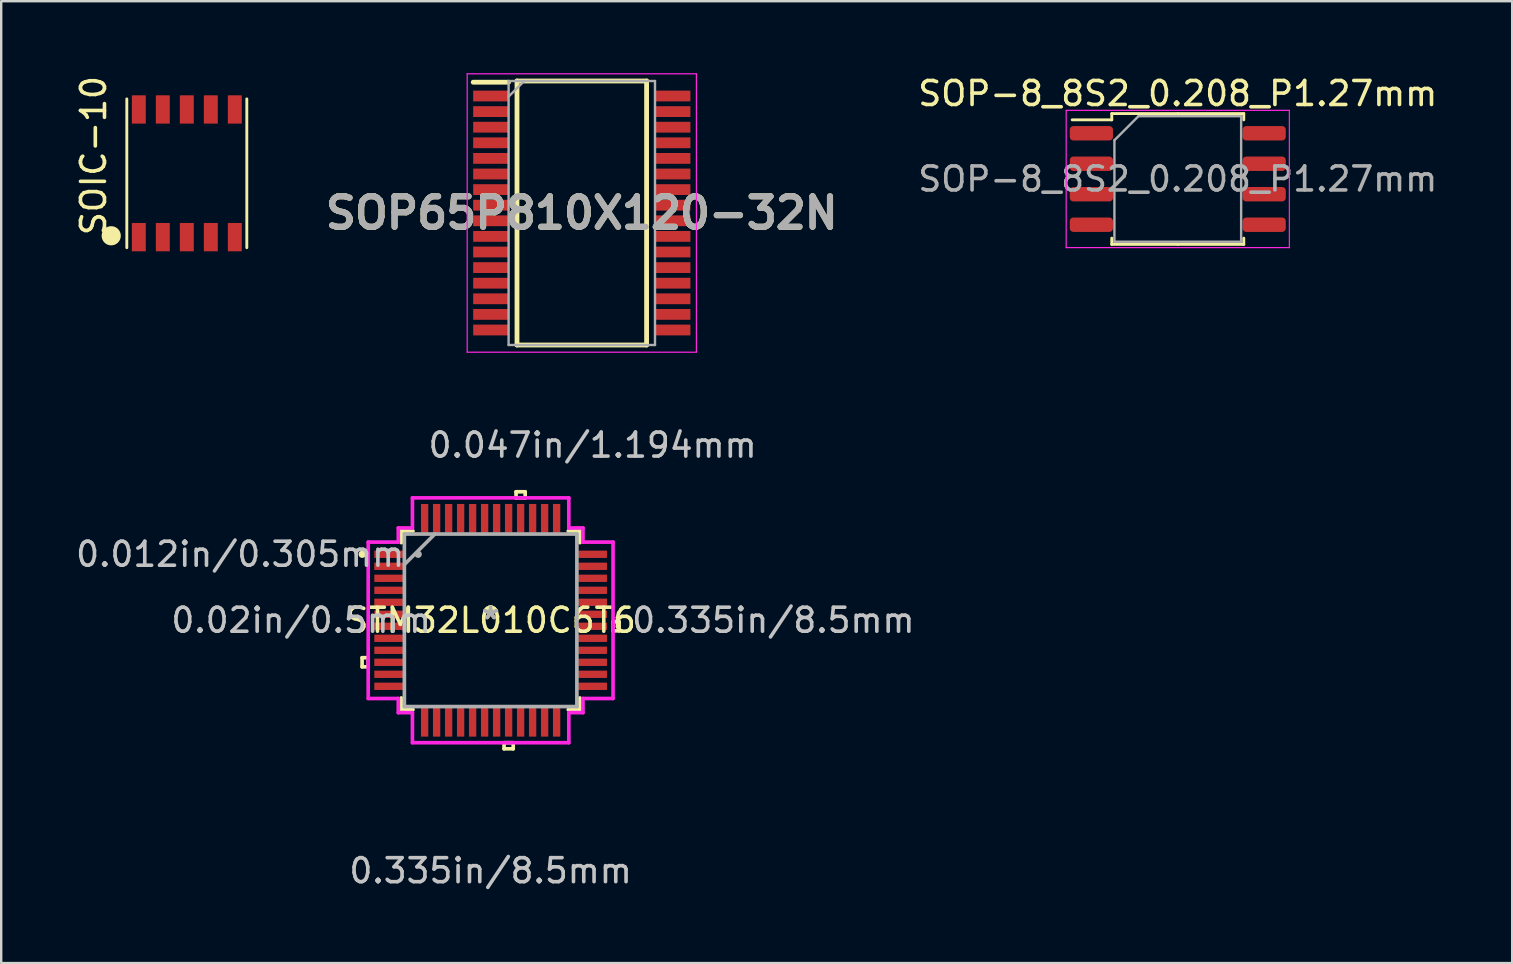
<source format=kicad_pcb>
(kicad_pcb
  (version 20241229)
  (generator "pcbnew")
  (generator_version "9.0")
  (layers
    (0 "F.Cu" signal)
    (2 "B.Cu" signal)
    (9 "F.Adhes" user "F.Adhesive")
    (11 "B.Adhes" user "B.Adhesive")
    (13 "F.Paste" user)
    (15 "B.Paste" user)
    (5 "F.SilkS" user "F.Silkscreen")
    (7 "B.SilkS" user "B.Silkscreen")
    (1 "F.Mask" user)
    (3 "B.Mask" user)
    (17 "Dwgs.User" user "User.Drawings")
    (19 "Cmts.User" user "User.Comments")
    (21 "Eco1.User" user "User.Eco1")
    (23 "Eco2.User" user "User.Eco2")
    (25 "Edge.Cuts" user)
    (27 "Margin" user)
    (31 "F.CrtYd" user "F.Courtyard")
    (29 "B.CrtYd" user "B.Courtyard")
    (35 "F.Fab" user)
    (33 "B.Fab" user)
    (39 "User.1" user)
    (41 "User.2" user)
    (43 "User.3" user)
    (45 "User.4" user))
  (footprint "SOP65P810X120-32N"
    (layer "F.Cu")
    (at 21.192 5.825)
    (property "Reference" "SOP65P810X120-32N" (at 0 0 0) (layer "F.SilkS") (effects (font (size 1.27 1.27) (thickness 0.254))))
    (attr smd)
    (fp_line (start -4.525 -5.45) (end -3.05 -5.45) (stroke (width 0.2) (type solid)) (layer "F.SilkS"))
    (fp_line (start -2.7 -5.5) (end 2.7 -5.5) (stroke (width 0.2) (type solid)) (layer "F.SilkS"))
    (fp_line (start -2.7 5.5) (end -2.7 -5.5) (stroke (width 0.2) (type solid)) (layer "F.SilkS"))
    (fp_line (start 2.7 -5.5) (end 2.7 5.5) (stroke (width 0.2) (type solid)) (layer "F.SilkS"))
    (fp_line (start 2.7 5.5) (end -2.7 5.5) (stroke (width 0.2) (type solid)) (layer "F.SilkS"))
    (fp_line (start -4.775 -5.8) (end 4.775 -5.8) (stroke (width 0.05) (type solid)) (layer "F.CrtYd"))
    (fp_line (start -4.775 5.8) (end -4.775 -5.8) (stroke (width 0.05) (type solid)) (layer "F.CrtYd"))
    (fp_line (start 4.775 -5.8) (end 4.775 5.8) (stroke (width 0.05) (type solid)) (layer "F.CrtYd"))
    (fp_line (start 4.775 5.8) (end -4.775 5.8) (stroke (width 0.05) (type solid)) (layer "F.CrtYd"))
    (fp_line (start -3.05 -5.5) (end 3.05 -5.5) (stroke (width 0.1) (type solid)) (layer "F.Fab"))
    (fp_line (start -3.05 -4.85) (end -2.4 -5.5) (stroke (width 0.1) (type solid)) (layer "F.Fab"))
    (fp_line (start -3.05 5.5) (end -3.05 -5.5) (stroke (width 0.1) (type solid)) (layer "F.Fab"))
    (fp_line (start 3.05 -5.5) (end 3.05 5.5) (stroke (width 0.1) (type solid)) (layer "F.Fab"))
    (fp_line (start 3.05 5.5) (end -3.05 5.5) (stroke (width 0.1) (type solid)) (layer "F.Fab"))
    (fp_text user "${REFERENCE}" (at 0 0 0) (layer "F.Fab") (effects (font (size 1.27 1.27) (thickness 0.254))))
    (pad "1" smd rect (at -3.788 -4.875 90) (size 0.45 1.475) (layers "F.Cu" "F.Mask" "F.Paste"))
    (pad "2" smd rect (at -3.788 -4.225 90) (size 0.45 1.475) (layers "F.Cu" "F.Mask" "F.Paste"))
    (pad "3" smd rect (at -3.788 -3.575 90) (size 0.45 1.475) (layers "F.Cu" "F.Mask" "F.Paste"))
    (pad "4" smd rect (at -3.788 -2.925 90) (size 0.45 1.475) (layers "F.Cu" "F.Mask" "F.Paste"))
    (pad "5" smd rect (at -3.788 -2.275 90) (size 0.45 1.475) (layers "F.Cu" "F.Mask" "F.Paste"))
    (pad "6" smd rect (at -3.788 -1.625 90) (size 0.45 1.475) (layers "F.Cu" "F.Mask" "F.Paste"))
    (pad "7" smd rect (at -3.788 -0.975 90) (size 0.45 1.475) (layers "F.Cu" "F.Mask" "F.Paste"))
    (pad "8" smd rect (at -3.788 -0.325 90) (size 0.45 1.475) (layers "F.Cu" "F.Mask" "F.Paste"))
    (pad "9" smd rect (at -3.788 0.325 90) (size 0.45 1.475) (layers "F.Cu" "F.Mask" "F.Paste"))
    (pad "10" smd rect (at -3.788 0.975 90) (size 0.45 1.475) (layers "F.Cu" "F.Mask" "F.Paste"))
    (pad "11" smd rect (at -3.788 1.625 90) (size 0.45 1.475) (layers "F.Cu" "F.Mask" "F.Paste"))
    (pad "12" smd rect (at -3.788 2.275 90) (size 0.45 1.475) (layers "F.Cu" "F.Mask" "F.Paste"))
    (pad "13" smd rect (at -3.788 2.925 90) (size 0.45 1.475) (layers "F.Cu" "F.Mask" "F.Paste"))
    (pad "14" smd rect (at -3.788 3.575 90) (size 0.45 1.475) (layers "F.Cu" "F.Mask" "F.Paste"))
    (pad "15" smd rect (at -3.788 4.225 90) (size 0.45 1.475) (layers "F.Cu" "F.Mask" "F.Paste"))
    (pad "16" smd rect (at -3.788 4.875 90) (size 0.45 1.475) (layers "F.Cu" "F.Mask" "F.Paste"))
    (pad "17" smd rect (at 3.788 4.875 90) (size 0.45 1.475) (layers "F.Cu" "F.Mask" "F.Paste"))
    (pad "18" smd rect (at 3.788 4.225 90) (size 0.45 1.475) (layers "F.Cu" "F.Mask" "F.Paste"))
    (pad "19" smd rect (at 3.788 3.575 90) (size 0.45 1.475) (layers "F.Cu" "F.Mask" "F.Paste"))
    (pad "20" smd rect (at 3.788 2.925 90) (size 0.45 1.475) (layers "F.Cu" "F.Mask" "F.Paste"))
    (pad "21" smd rect (at 3.788 2.275 90) (size 0.45 1.475) (layers "F.Cu" "F.Mask" "F.Paste"))
    (pad "22" smd rect (at 3.788 1.625 90) (size 0.45 1.475) (layers "F.Cu" "F.Mask" "F.Paste"))
    (pad "23" smd rect (at 3.788 0.975 90) (size 0.45 1.475) (layers "F.Cu" "F.Mask" "F.Paste"))
    (pad "24" smd rect (at 3.788 0.325 90) (size 0.45 1.475) (layers "F.Cu" "F.Mask" "F.Paste"))
    (pad "25" smd rect (at 3.788 -0.325 90) (size 0.45 1.475) (layers "F.Cu" "F.Mask" "F.Paste"))
    (pad "26" smd rect (at 3.788 -0.975 90) (size 0.45 1.475) (layers "F.Cu" "F.Mask" "F.Paste"))
    (pad "27" smd rect (at 3.788 -1.625 90) (size 0.45 1.475) (layers "F.Cu" "F.Mask" "F.Paste"))
    (pad "28" smd rect (at 3.788 -2.275 90) (size 0.45 1.475) (layers "F.Cu" "F.Mask" "F.Paste"))
    (pad "29" smd rect (at 3.788 -2.925 90) (size 0.45 1.475) (layers "F.Cu" "F.Mask" "F.Paste"))
    (pad "30" smd rect (at 3.788 -3.575 90) (size 0.45 1.475) (layers "F.Cu" "F.Mask" "F.Paste"))
    (pad "31" smd rect (at 3.788 -4.225 90) (size 0.45 1.475) (layers "F.Cu" "F.Mask" "F.Paste"))
    (pad "32" smd rect (at 3.788 -4.875 90) (size 0.45 1.475) (layers "F.Cu" "F.Mask" "F.Paste")))
  (footprint "SOIC-10"
    (layer "F.Cu")
    (at 4.734 4.171)
    (property "Reference" "SOIC-10" (at -3.886 -0.737 90) (layer "F.SilkS") (effects (font (size 1 1) (thickness 0.15))))
    (attr through_hole)
    (fp_line (start -2.5 3.1) (end -2.5 -3.1) (stroke (width 0.12) (type solid)) (layer "F.SilkS"))
    (fp_line (start 2.5 3.1) (end 2.5 -3.1) (stroke (width 0.12) (type solid)) (layer "F.SilkS"))
    (fp_circle (center -3.15 2.603) (end -2.95 2.603) (stroke (width 0.4) (type solid)) (fill no) (layer "F.SilkS"))
    (pad "1" smd rect (at -2 2.66) (size 0.58 1.18) (layers "F.Cu" "F.Mask" "F.Paste"))
    (pad "2" smd rect (at -1 2.66) (size 0.58 1.18) (layers "F.Cu" "F.Mask" "F.Paste"))
    (pad "3" smd rect (at 0 2.66) (size 0.58 1.18) (layers "F.Cu" "F.Mask" "F.Paste"))
    (pad "4" smd rect (at 1 2.66) (size 0.58 1.18) (layers "F.Cu" "F.Mask" "F.Paste"))
    (pad "5" smd rect (at 2 2.66) (size 0.58 1.18) (layers "F.Cu" "F.Mask" "F.Paste"))
    (pad "6" smd rect (at 2 -2.66) (size 0.58 1.18) (layers "F.Cu" "F.Mask" "F.Paste"))
    (pad "7" smd rect (at 1 -2.66) (size 0.58 1.18) (layers "F.Cu" "F.Mask" "F.Paste"))
    (pad "8" smd rect (at 0 -2.66) (size 0.58 1.18) (layers "F.Cu" "F.Mask" "F.Paste"))
    (pad "9" smd rect (at -1 -2.66) (size 0.58 1.18) (layers "F.Cu" "F.Mask" "F.Paste"))
    (pad "10" smd rect (at -2 -2.66) (size 0.58 1.18) (layers "F.Cu" "F.Mask" "F.Paste")))
  (footprint "STM32L010C6T6"
    (layer "F.Cu")
    (at 17.393 22.796)
    (property "Reference" "STM32L010C6T6" (at 0 0 0) (layer "F.SilkS") (effects (font (size 1 1) (thickness 0.15))))
    (attr through_hole)
    (fp_line (start -5.355 1.559) (end -5.355 1.94) (stroke (width 0.152) (type solid)) (layer "F.SilkS"))
    (fp_line (start -5.355 1.94) (end -5.101 1.94) (stroke (width 0.152) (type solid)) (layer "F.SilkS"))
    (fp_line (start -5.101 1.559) (end -5.355 1.559) (stroke (width 0.152) (type solid)) (layer "F.SilkS"))
    (fp_line (start -5.101 1.94) (end -5.101 1.559) (stroke (width 0.152) (type solid)) (layer "F.SilkS"))
    (fp_line (start -3.721 -3.721) (end -3.721 -3.235) (stroke (width 0.152) (type solid)) (layer "F.SilkS"))
    (fp_line (start -3.721 3.235) (end -3.721 3.721) (stroke (width 0.152) (type solid)) (layer "F.SilkS"))
    (fp_line (start -3.721 3.721) (end -3.235 3.721) (stroke (width 0.152) (type solid)) (layer "F.SilkS"))
    (fp_line (start -3.235 -3.721) (end -3.721 -3.721) (stroke (width 0.152) (type solid)) (layer "F.SilkS"))
    (fp_line (start 0.56 5.101) (end 0.56 5.355) (stroke (width 0.152) (type solid)) (layer "F.SilkS"))
    (fp_line (start 0.56 5.355) (end 0.941 5.355) (stroke (width 0.152) (type solid)) (layer "F.SilkS"))
    (fp_line (start 0.941 5.101) (end 0.56 5.101) (stroke (width 0.152) (type solid)) (layer "F.SilkS"))
    (fp_line (start 0.941 5.355) (end 0.941 5.101) (stroke (width 0.152) (type solid)) (layer "F.SilkS"))
    (fp_line (start 1.06 -5.355) (end 1.44 -5.355) (stroke (width 0.152) (type solid)) (layer "F.SilkS"))
    (fp_line (start 1.06 -5.101) (end 1.06 -5.355) (stroke (width 0.152) (type solid)) (layer "F.SilkS"))
    (fp_line (start 1.44 -5.355) (end 1.44 -5.101) (stroke (width 0.152) (type solid)) (layer "F.SilkS"))
    (fp_line (start 1.44 -5.101) (end 1.06 -5.101) (stroke (width 0.152) (type solid)) (layer "F.SilkS"))
    (fp_line (start 3.235 3.721) (end 3.721 3.721) (stroke (width 0.152) (type solid)) (layer "F.SilkS"))
    (fp_line (start 3.721 -3.721) (end 3.235 -3.721) (stroke (width 0.152) (type solid)) (layer "F.SilkS"))
    (fp_line (start 3.721 -3.235) (end 3.721 -3.721) (stroke (width 0.152) (type solid)) (layer "F.SilkS"))
    (fp_line (start 3.721 3.721) (end 3.721 3.235) (stroke (width 0.152) (type solid)) (layer "F.SilkS"))
    (fp_line (start 5.101 0.059) (end 5.355 0.059) (stroke (width 0.152) (type solid)) (layer "F.SilkS"))
    (fp_line (start 5.101 0.441) (end 5.101 0.059) (stroke (width 0.152) (type solid)) (layer "F.SilkS"))
    (fp_line (start 5.355 0.059) (end 5.355 0.441) (stroke (width 0.152) (type solid)) (layer "F.SilkS"))
    (fp_line (start 5.355 0.441) (end 5.101 0.441) (stroke (width 0.152) (type solid)) (layer "F.SilkS"))
    (fp_circle (center -5.351 -2.75) (end -5.275 -2.75) (stroke (width 0.152) (type solid)) (fill no) (layer "F.SilkS"))
    (fp_line (start -5.101 -3.258) (end -3.848 -3.258) (stroke (width 0.152) (type solid)) (layer "F.CrtYd"))
    (fp_line (start -5.101 3.258) (end -5.101 -3.258) (stroke (width 0.152) (type solid)) (layer "F.CrtYd"))
    (fp_line (start -3.848 -3.848) (end -3.258 -3.848) (stroke (width 0.152) (type solid)) (layer "F.CrtYd"))
    (fp_line (start -3.848 -3.258) (end -3.848 -3.848) (stroke (width 0.152) (type solid)) (layer "F.CrtYd"))
    (fp_line (start -3.848 3.258) (end -5.101 3.258) (stroke (width 0.152) (type solid)) (layer "F.CrtYd"))
    (fp_line (start -3.848 3.848) (end -3.848 3.258) (stroke (width 0.152) (type solid)) (layer "F.CrtYd"))
    (fp_line (start -3.258 -5.101) (end 3.258 -5.101) (stroke (width 0.152) (type solid)) (layer "F.CrtYd"))
    (fp_line (start -3.258 -3.848) (end -3.258 -5.101) (stroke (width 0.152) (type solid)) (layer "F.CrtYd"))
    (fp_line (start -3.258 3.848) (end -3.848 3.848) (stroke (width 0.152) (type solid)) (layer "F.CrtYd"))
    (fp_line (start -3.258 5.101) (end -3.258 3.848) (stroke (width 0.152) (type solid)) (layer "F.CrtYd"))
    (fp_line (start 3.258 -5.101) (end 3.258 -3.848) (stroke (width 0.152) (type solid)) (layer "F.CrtYd"))
    (fp_line (start 3.258 -3.848) (end 3.848 -3.848) (stroke (width 0.152) (type solid)) (layer "F.CrtYd"))
    (fp_line (start 3.258 3.848) (end 3.258 5.101) (stroke (width 0.152) (type solid)) (layer "F.CrtYd"))
    (fp_line (start 3.258 5.101) (end -3.258 5.101) (stroke (width 0.152) (type solid)) (layer "F.CrtYd"))
    (fp_line (start 3.848 -3.848) (end 3.848 -3.258) (stroke (width 0.152) (type solid)) (layer "F.CrtYd"))
    (fp_line (start 3.848 -3.258) (end 5.101 -3.258) (stroke (width 0.152) (type solid)) (layer "F.CrtYd"))
    (fp_line (start 3.848 3.258) (end 3.848 3.848) (stroke (width 0.152) (type solid)) (layer "F.CrtYd"))
    (fp_line (start 3.848 3.848) (end 3.258 3.848) (stroke (width 0.152) (type solid)) (layer "F.CrtYd"))
    (fp_line (start 5.101 -3.258) (end 5.101 3.258) (stroke (width 0.152) (type solid)) (layer "F.CrtYd"))
    (fp_line (start 5.101 3.258) (end 3.848 3.258) (stroke (width 0.152) (type solid)) (layer "F.CrtYd"))
    (fp_line (start -3.594 -3.594) (end -3.594 3.594) (stroke (width 0.152) (type solid)) (layer "F.Fab"))
    (fp_line (start -3.594 -2.324) (end -2.324 -3.594) (stroke (width 0.152) (type solid)) (layer "F.Fab"))
    (fp_line (start -3.594 3.594) (end 3.594 3.594) (stroke (width 0.152) (type solid)) (layer "F.Fab"))
    (fp_line (start 3.594 -3.594) (end -3.594 -3.594) (stroke (width 0.152) (type solid)) (layer "F.Fab"))
    (fp_line (start 3.594 3.594) (end 3.594 -3.594) (stroke (width 0.152) (type solid)) (layer "F.Fab"))
    (fp_circle (center -3.018 -2.75) (end -2.942 -2.75) (stroke (width 0.152) (type solid)) (fill no) (layer "F.Fab"))
    (fp_text user "*" (at 0 0 0) (layer "F.SilkS") (effects (font (size 1 1) (thickness 0.15))))
    (fp_text user "0.047in/1.194mm" (at 4.25 -7.298 0) (layer "Dwgs.User") (effects (font (size 1 1) (thickness 0.15))))
    (fp_text user "0.335in/8.5mm" (at 11.781 0 0) (layer "Dwgs.User") (effects (font (size 1 1) (thickness 0.15))))
    (fp_text user "0.335in/8.5mm" (at 0 10.435 0) (layer "Dwgs.User") (effects (font (size 1 1) (thickness 0.15))))
    (fp_text user "0.012in/0.305mm" (at -10.435 -2.75 0) (layer "Dwgs.User") (effects (font (size 1 1) (thickness 0.15))))
    (fp_text user "0.02in/0.5mm" (at -7.895 0 0) (layer "Dwgs.User") (effects (font (size 1 1) (thickness 0.15))))
    (fp_text user "Copyright 2016 Accelerated Designs. All rights reserved." (at 0 0 0) (layer "Cmts.User") (effects (font (size 0.127 0.127) (thickness 0.002))))
    (fp_text user "*" (at 0 0 0) (layer "F.Fab") (effects (font (size 1 1) (thickness 0.15))))
    (pad "1" smd rect (at -4.25 -2.75) (size 1.194 0.305) (layers "F.Cu" "F.Mask" "F.Paste"))
    (pad "2" smd rect (at -4.25 -2.25) (size 1.194 0.305) (layers "F.Cu" "F.Mask" "F.Paste"))
    (pad "3" smd rect (at -4.25 -1.75) (size 1.194 0.305) (layers "F.Cu" "F.Mask" "F.Paste"))
    (pad "4" smd rect (at -4.25 -1.25) (size 1.194 0.305) (layers "F.Cu" "F.Mask" "F.Paste"))
    (pad "5" smd rect (at -4.25 -0.75) (size 1.194 0.305) (layers "F.Cu" "F.Mask" "F.Paste"))
    (pad "6" smd rect (at -4.25 -0.25) (size 1.194 0.305) (layers "F.Cu" "F.Mask" "F.Paste"))
    (pad "7" smd rect (at -4.25 0.25) (size 1.194 0.305) (layers "F.Cu" "F.Mask" "F.Paste"))
    (pad "8" smd rect (at -4.25 0.75) (size 1.194 0.305) (layers "F.Cu" "F.Mask" "F.Paste"))
    (pad "9" smd rect (at -4.25 1.25) (size 1.194 0.305) (layers "F.Cu" "F.Mask" "F.Paste"))
    (pad "10" smd rect (at -4.25 1.75) (size 1.194 0.305) (layers "F.Cu" "F.Mask" "F.Paste"))
    (pad "11" smd rect (at -4.25 2.25) (size 1.194 0.305) (layers "F.Cu" "F.Mask" "F.Paste"))
    (pad "12" smd rect (at -4.25 2.75) (size 1.194 0.305) (layers "F.Cu" "F.Mask" "F.Paste"))
    (pad "13" smd rect (at -2.75 4.25 90) (size 1.194 0.305) (layers "F.Cu" "F.Mask" "F.Paste"))
    (pad "14" smd rect (at -2.25 4.25 90) (size 1.194 0.305) (layers "F.Cu" "F.Mask" "F.Paste"))
    (pad "15" smd rect (at -1.75 4.25 90) (size 1.194 0.305) (layers "F.Cu" "F.Mask" "F.Paste"))
    (pad "16" smd rect (at -1.25 4.25 90) (size 1.194 0.305) (layers "F.Cu" "F.Mask" "F.Paste"))
    (pad "17" smd rect (at -0.75 4.25 90) (size 1.194 0.305) (layers "F.Cu" "F.Mask" "F.Paste"))
    (pad "18" smd rect (at -0.25 4.25 90) (size 1.194 0.305) (layers "F.Cu" "F.Mask" "F.Paste"))
    (pad "19" smd rect (at 0.25 4.25 90) (size 1.194 0.305) (layers "F.Cu" "F.Mask" "F.Paste"))
    (pad "20" smd rect (at 0.75 4.25 90) (size 1.194 0.305) (layers "F.Cu" "F.Mask" "F.Paste"))
    (pad "21" smd rect (at 1.25 4.25 90) (size 1.194 0.305) (layers "F.Cu" "F.Mask" "F.Paste"))
    (pad "22" smd rect (at 1.75 4.25 90) (size 1.194 0.305) (layers "F.Cu" "F.Mask" "F.Paste"))
    (pad "23" smd rect (at 2.25 4.25 90) (size 1.194 0.305) (layers "F.Cu" "F.Mask" "F.Paste"))
    (pad "24" smd rect (at 2.75 4.25 90) (size 1.194 0.305) (layers "F.Cu" "F.Mask" "F.Paste"))
    (pad "25" smd rect (at 4.25 2.75) (size 1.194 0.305) (layers "F.Cu" "F.Mask" "F.Paste"))
    (pad "26" smd rect (at 4.25 2.25) (size 1.194 0.305) (layers "F.Cu" "F.Mask" "F.Paste"))
    (pad "27" smd rect (at 4.25 1.75) (size 1.194 0.305) (layers "F.Cu" "F.Mask" "F.Paste"))
    (pad "28" smd rect (at 4.25 1.25) (size 1.194 0.305) (layers "F.Cu" "F.Mask" "F.Paste"))
    (pad "29" smd rect (at 4.25 0.75) (size 1.194 0.305) (layers "F.Cu" "F.Mask" "F.Paste"))
    (pad "30" smd rect (at 4.25 0.25) (size 1.194 0.305) (layers "F.Cu" "F.Mask" "F.Paste"))
    (pad "31" smd rect (at 4.25 -0.25) (size 1.194 0.305) (layers "F.Cu" "F.Mask" "F.Paste"))
    (pad "32" smd rect (at 4.25 -0.75) (size 1.194 0.305) (layers "F.Cu" "F.Mask" "F.Paste"))
    (pad "33" smd rect (at 4.25 -1.25) (size 1.194 0.305) (layers "F.Cu" "F.Mask" "F.Paste"))
    (pad "34" smd rect (at 4.25 -1.75) (size 1.194 0.305) (layers "F.Cu" "F.Mask" "F.Paste"))
    (pad "35" smd rect (at 4.25 -2.25) (size 1.194 0.305) (layers "F.Cu" "F.Mask" "F.Paste"))
    (pad "36" smd rect (at 4.25 -2.75) (size 1.194 0.305) (layers "F.Cu" "F.Mask" "F.Paste"))
    (pad "37" smd rect (at 2.75 -4.25 90) (size 1.194 0.305) (layers "F.Cu" "F.Mask" "F.Paste"))
    (pad "38" smd rect (at 2.25 -4.25 90) (size 1.194 0.305) (layers "F.Cu" "F.Mask" "F.Paste"))
    (pad "39" smd rect (at 1.75 -4.25 90) (size 1.194 0.305) (layers "F.Cu" "F.Mask" "F.Paste"))
    (pad "40" smd rect (at 1.25 -4.25 90) (size 1.194 0.305) (layers "F.Cu" "F.Mask" "F.Paste"))
    (pad "41" smd rect (at 0.75 -4.25 90) (size 1.194 0.305) (layers "F.Cu" "F.Mask" "F.Paste"))
    (pad "42" smd rect (at 0.25 -4.25 90) (size 1.194 0.305) (layers "F.Cu" "F.Mask" "F.Paste"))
    (pad "43" smd rect (at -0.25 -4.25 90) (size 1.194 0.305) (layers "F.Cu" "F.Mask" "F.Paste"))
    (pad "44" smd rect (at -0.75 -4.25 90) (size 1.194 0.305) (layers "F.Cu" "F.Mask" "F.Paste"))
    (pad "45" smd rect (at -1.25 -4.25 90) (size 1.194 0.305) (layers "F.Cu" "F.Mask" "F.Paste"))
    (pad "46" smd rect (at -1.75 -4.25 90) (size 1.194 0.305) (layers "F.Cu" "F.Mask" "F.Paste"))
    (pad "47" smd rect (at -2.25 -4.25 90) (size 1.194 0.305) (layers "F.Cu" "F.Mask" "F.Paste"))
    (pad "48" smd rect (at -2.75 -4.25 90) (size 1.194 0.305) (layers "F.Cu" "F.Mask" "F.Paste")))
  (footprint "SOP-8_8S2_0.208_P1.27mm"
    (layer "F.Cu")
    (at 46.025 4.408)
    (property "Reference" "SOP-8_8S2_0.208_P1.27mm" (at 0 -3.56 0) (layer "F.SilkS") (effects (font (size 1 1) (thickness 0.15))))
    (attr smd)
    (fp_line (start -2.75 -2.725) (end -2.75 -2.465) (stroke (width 0.12) (type solid)) (layer "F.SilkS"))
    (fp_line (start -2.75 -2.465) (end -4.4 -2.465) (stroke (width 0.12) (type solid)) (layer "F.SilkS"))
    (fp_line (start -2.75 2.725) (end -2.75 2.465) (stroke (width 0.12) (type solid)) (layer "F.SilkS"))
    (fp_line (start 0 -2.725) (end -2.75 -2.725) (stroke (width 0.12) (type solid)) (layer "F.SilkS"))
    (fp_line (start 0 -2.725) (end 2.75 -2.725) (stroke (width 0.12) (type solid)) (layer "F.SilkS"))
    (fp_line (start 0 2.725) (end -2.75 2.725) (stroke (width 0.12) (type solid)) (layer "F.SilkS"))
    (fp_line (start 0 2.725) (end 2.75 2.725) (stroke (width 0.12) (type solid)) (layer "F.SilkS"))
    (fp_line (start 2.75 -2.725) (end 2.75 -2.465) (stroke (width 0.12) (type solid)) (layer "F.SilkS"))
    (fp_line (start 2.75 2.725) (end 2.75 2.465) (stroke (width 0.12) (type solid)) (layer "F.SilkS"))
    (fp_line (start -4.65 -2.86) (end -4.65 2.86) (stroke (width 0.05) (type solid)) (layer "F.CrtYd"))
    (fp_line (start -4.65 2.86) (end 4.65 2.86) (stroke (width 0.05) (type solid)) (layer "F.CrtYd"))
    (fp_line (start 4.65 -2.86) (end -4.65 -2.86) (stroke (width 0.05) (type solid)) (layer "F.CrtYd"))
    (fp_line (start 4.65 2.86) (end 4.65 -2.86) (stroke (width 0.05) (type solid)) (layer "F.CrtYd"))
    (fp_line (start -2.64 -1.615) (end -1.64 -2.615) (stroke (width 0.1) (type solid)) (layer "F.Fab"))
    (fp_line (start -2.64 2.615) (end -2.64 -1.615) (stroke (width 0.1) (type solid)) (layer "F.Fab"))
    (fp_line (start -1.64 -2.615) (end 2.64 -2.615) (stroke (width 0.1) (type solid)) (layer "F.Fab"))
    (fp_line (start 2.64 -2.615) (end 2.64 2.615) (stroke (width 0.1) (type solid)) (layer "F.Fab"))
    (fp_line (start 2.64 2.615) (end -2.64 2.615) (stroke (width 0.1) (type solid)) (layer "F.Fab"))
    (fp_text user "${REFERENCE}" (at 0 0 0) (layer "F.Fab") (effects (font (size 1 1) (thickness 0.15))))
    (pad "1" smd roundrect (at -3.6 -1.905) (size 1.8 0.6) (layers "F.Cu" "F.Mask" "F.Paste") (roundrect_rratio 0.25))
    (pad "2" smd roundrect (at -3.6 -0.635) (size 1.8 0.6) (layers "F.Cu" "F.Mask" "F.Paste") (roundrect_rratio 0.25))
    (pad "3" smd roundrect (at -3.6 0.635) (size 1.8 0.6) (layers "F.Cu" "F.Mask" "F.Paste") (roundrect_rratio 0.25))
    (pad "4" smd roundrect (at -3.6 1.905) (size 1.8 0.6) (layers "F.Cu" "F.Mask" "F.Paste") (roundrect_rratio 0.25))
    (pad "5" smd roundrect (at 3.6 1.905) (size 1.8 0.6) (layers "F.Cu" "F.Mask" "F.Paste") (roundrect_rratio 0.25))
    (pad "6" smd roundrect (at 3.6 0.635) (size 1.8 0.6) (layers "F.Cu" "F.Mask" "F.Paste") (roundrect_rratio 0.25))
    (pad "7" smd roundrect (at 3.6 -0.635) (size 1.8 0.6) (layers "F.Cu" "F.Mask" "F.Paste") (roundrect_rratio 0.25))
    (pad "8" smd roundrect (at 3.6 -1.905) (size 1.8 0.6) (layers "F.Cu" "F.Mask" "F.Paste") (roundrect_rratio 0.25)))
  (gr_rect
    (start -3 -3)
    (end 59.959 37.079)
    (stroke (width 0.1) (type default))
    (fill no)
    (layer "Edge.Cuts")))
</source>
